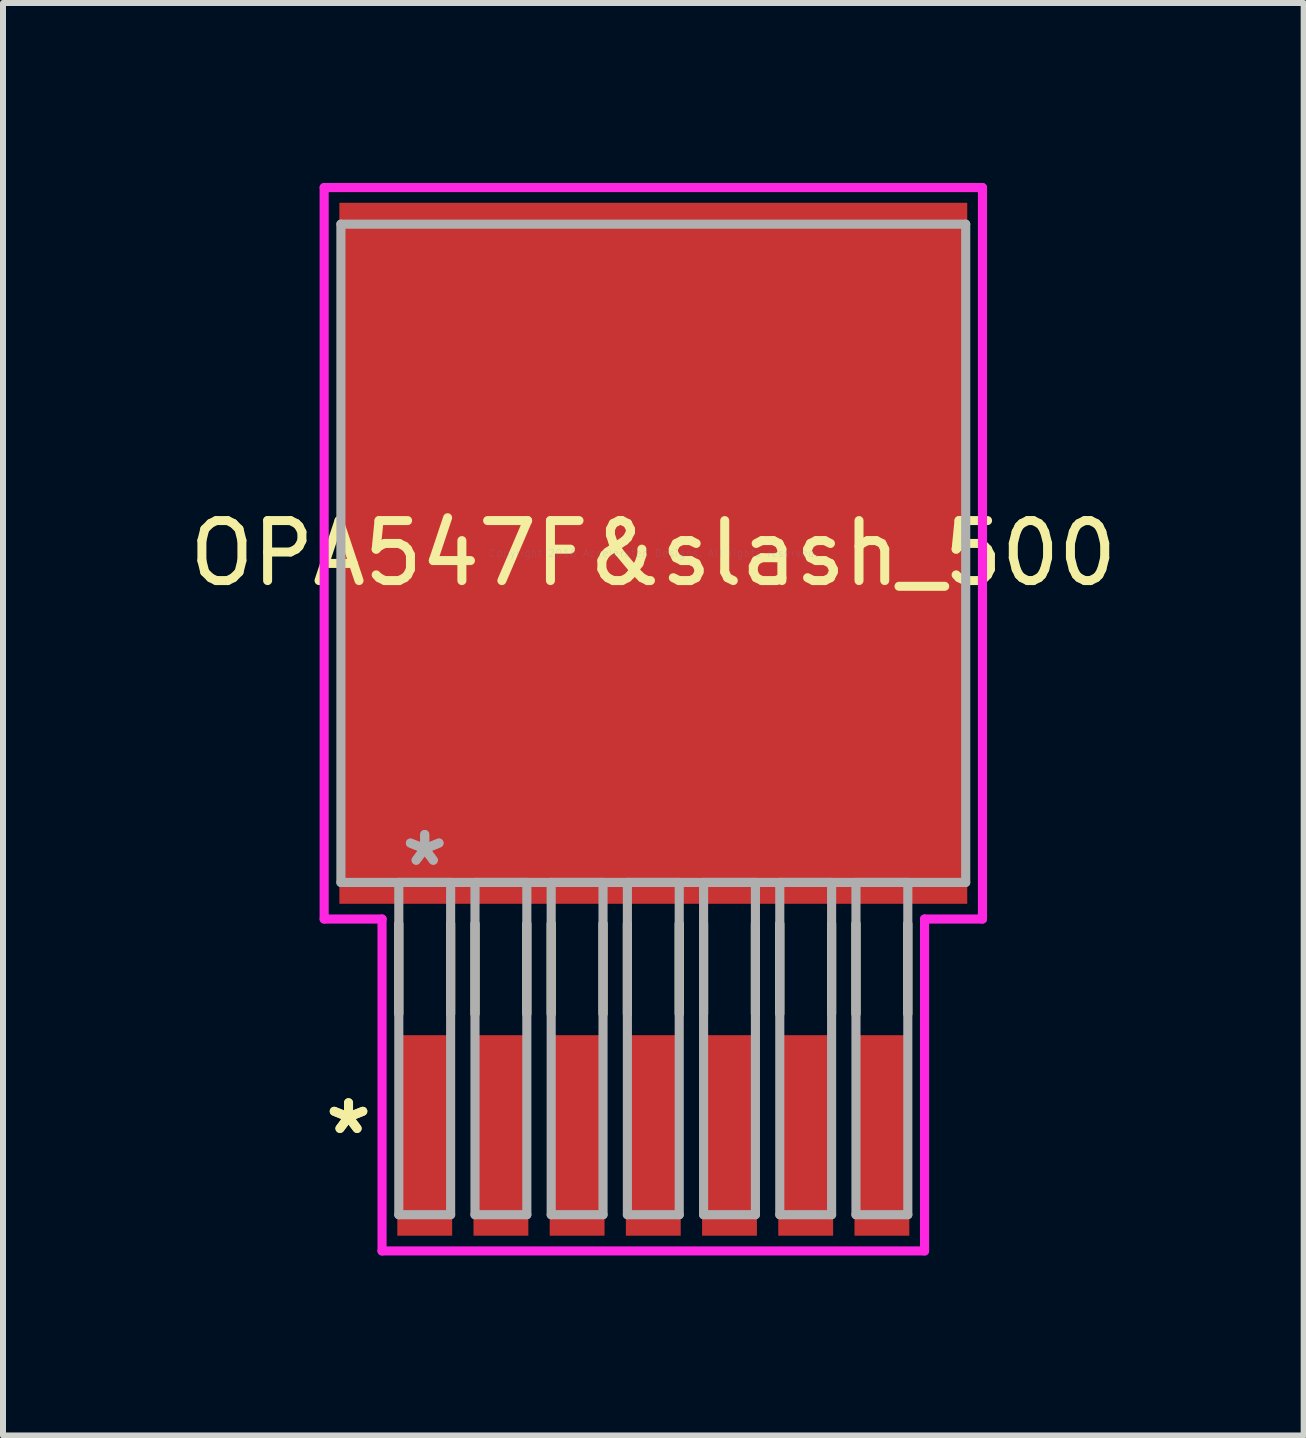
<source format=kicad_pcb>
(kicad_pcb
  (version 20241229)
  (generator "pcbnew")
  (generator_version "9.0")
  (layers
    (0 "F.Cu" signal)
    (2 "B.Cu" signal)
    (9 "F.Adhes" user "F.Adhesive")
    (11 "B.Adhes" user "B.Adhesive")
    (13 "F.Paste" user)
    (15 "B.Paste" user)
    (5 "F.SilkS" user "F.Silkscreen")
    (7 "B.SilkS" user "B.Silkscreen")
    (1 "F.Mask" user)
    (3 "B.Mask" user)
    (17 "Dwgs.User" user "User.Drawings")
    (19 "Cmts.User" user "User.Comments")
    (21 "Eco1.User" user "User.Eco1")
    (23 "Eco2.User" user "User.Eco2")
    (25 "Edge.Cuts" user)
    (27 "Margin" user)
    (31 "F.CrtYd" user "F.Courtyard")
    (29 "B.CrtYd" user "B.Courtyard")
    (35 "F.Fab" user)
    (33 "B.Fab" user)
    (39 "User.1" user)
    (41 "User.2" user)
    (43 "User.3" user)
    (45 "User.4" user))
  (footprint "OPA547F&slash_500"
    (layer "F.Cu")
    (at 7.839 6.172)
    (property "Reference" "OPA547F&slash_500" (at 0 0 0) (layer "F.SilkS") (effects (font (size 1 1) (thickness 0.15))))
    (attr through_hole)
    (fp_line (start -4.242 6.175) (end -4.242 7.676) (stroke (width 0.152) (type solid)) (layer "F.SilkS"))
    (fp_line (start -3.378 6.175) (end -3.378 7.676) (stroke (width 0.152) (type solid)) (layer "F.SilkS"))
    (fp_line (start -2.972 6.175) (end -2.972 7.676) (stroke (width 0.152) (type solid)) (layer "F.SilkS"))
    (fp_line (start -2.108 6.175) (end -2.108 7.676) (stroke (width 0.152) (type solid)) (layer "F.SilkS"))
    (fp_line (start -1.702 6.175) (end -1.702 7.676) (stroke (width 0.152) (type solid)) (layer "F.SilkS"))
    (fp_line (start -0.838 6.175) (end -0.838 7.676) (stroke (width 0.152) (type solid)) (layer "F.SilkS"))
    (fp_line (start -0.432 6.175) (end -0.432 7.676) (stroke (width 0.152) (type solid)) (layer "F.SilkS"))
    (fp_line (start 0.432 6.175) (end 0.432 7.676) (stroke (width 0.152) (type solid)) (layer "F.SilkS"))
    (fp_line (start 0.838 6.175) (end 0.838 7.676) (stroke (width 0.152) (type solid)) (layer "F.SilkS"))
    (fp_line (start 1.702 6.175) (end 1.702 7.676) (stroke (width 0.152) (type solid)) (layer "F.SilkS"))
    (fp_line (start 2.108 6.175) (end 2.108 7.676) (stroke (width 0.152) (type solid)) (layer "F.SilkS"))
    (fp_line (start 2.972 6.175) (end 2.972 7.676) (stroke (width 0.152) (type solid)) (layer "F.SilkS"))
    (fp_line (start 3.378 6.175) (end 3.378 7.676) (stroke (width 0.152) (type solid)) (layer "F.SilkS"))
    (fp_line (start 4.242 6.175) (end 4.242 7.676) (stroke (width 0.152) (type solid)) (layer "F.SilkS"))
    (fp_line (start -5.486 -6.096) (end 5.486 -6.096) (stroke (width 0.152) (type solid)) (layer "F.CrtYd"))
    (fp_line (start -5.486 6.096) (end -5.486 -6.096) (stroke (width 0.152) (type solid)) (layer "F.CrtYd"))
    (fp_line (start -4.521 6.096) (end -5.486 6.096) (stroke (width 0.152) (type solid)) (layer "F.CrtYd"))
    (fp_line (start -4.521 11.628) (end -4.521 6.096) (stroke (width 0.152) (type solid)) (layer "F.CrtYd"))
    (fp_line (start 4.521 6.096) (end 4.521 11.628) (stroke (width 0.152) (type solid)) (layer "F.CrtYd"))
    (fp_line (start 4.521 11.628) (end -4.521 11.628) (stroke (width 0.152) (type solid)) (layer "F.CrtYd"))
    (fp_line (start 5.486 -6.096) (end 5.486 6.096) (stroke (width 0.152) (type solid)) (layer "F.CrtYd"))
    (fp_line (start 5.486 6.096) (end 4.521 6.096) (stroke (width 0.152) (type solid)) (layer "F.CrtYd"))
    (fp_line (start -5.207 -5.486) (end -5.207 5.486) (stroke (width 0.152) (type solid)) (layer "F.Fab"))
    (fp_line (start -5.207 5.486) (end 5.207 5.486) (stroke (width 0.152) (type solid)) (layer "F.Fab"))
    (fp_line (start -4.242 5.486) (end -4.242 11.024) (stroke (width 0.152) (type solid)) (layer "F.Fab"))
    (fp_line (start -4.242 11.024) (end -3.378 11.024) (stroke (width 0.152) (type solid)) (layer "F.Fab"))
    (fp_line (start -3.378 5.486) (end -4.242 5.486) (stroke (width 0.152) (type solid)) (layer "F.Fab"))
    (fp_line (start -3.378 11.024) (end -3.378 5.486) (stroke (width 0.152) (type solid)) (layer "F.Fab"))
    (fp_line (start -2.972 5.486) (end -2.972 11.024) (stroke (width 0.152) (type solid)) (layer "F.Fab"))
    (fp_line (start -2.972 11.024) (end -2.108 11.024) (stroke (width 0.152) (type solid)) (layer "F.Fab"))
    (fp_line (start -2.108 5.486) (end -2.972 5.486) (stroke (width 0.152) (type solid)) (layer "F.Fab"))
    (fp_line (start -2.108 11.024) (end -2.108 5.486) (stroke (width 0.152) (type solid)) (layer "F.Fab"))
    (fp_line (start -1.702 5.486) (end -1.702 11.024) (stroke (width 0.152) (type solid)) (layer "F.Fab"))
    (fp_line (start -1.702 11.024) (end -0.838 11.024) (stroke (width 0.152) (type solid)) (layer "F.Fab"))
    (fp_line (start -0.838 5.486) (end -1.702 5.486) (stroke (width 0.152) (type solid)) (layer "F.Fab"))
    (fp_line (start -0.838 11.024) (end -0.838 5.486) (stroke (width 0.152) (type solid)) (layer "F.Fab"))
    (fp_line (start -0.432 5.486) (end -0.432 11.024) (stroke (width 0.152) (type solid)) (layer "F.Fab"))
    (fp_line (start -0.432 11.024) (end 0.432 11.024) (stroke (width 0.152) (type solid)) (layer "F.Fab"))
    (fp_line (start 0.432 5.486) (end -0.432 5.486) (stroke (width 0.152) (type solid)) (layer "F.Fab"))
    (fp_line (start 0.432 11.024) (end 0.432 5.486) (stroke (width 0.152) (type solid)) (layer "F.Fab"))
    (fp_line (start 0.838 5.486) (end 0.838 11.024) (stroke (width 0.152) (type solid)) (layer "F.Fab"))
    (fp_line (start 0.838 11.024) (end 1.702 11.024) (stroke (width 0.152) (type solid)) (layer "F.Fab"))
    (fp_line (start 1.702 5.486) (end 0.838 5.486) (stroke (width 0.152) (type solid)) (layer "F.Fab"))
    (fp_line (start 1.702 11.024) (end 1.702 5.486) (stroke (width 0.152) (type solid)) (layer "F.Fab"))
    (fp_line (start 2.108 5.486) (end 2.108 11.024) (stroke (width 0.152) (type solid)) (layer "F.Fab"))
    (fp_line (start 2.108 11.024) (end 2.972 11.024) (stroke (width 0.152) (type solid)) (layer "F.Fab"))
    (fp_line (start 2.972 5.486) (end 2.108 5.486) (stroke (width 0.152) (type solid)) (layer "F.Fab"))
    (fp_line (start 2.972 11.024) (end 2.972 5.486) (stroke (width 0.152) (type solid)) (layer "F.Fab"))
    (fp_line (start 3.378 5.486) (end 3.378 11.024) (stroke (width 0.152) (type solid)) (layer "F.Fab"))
    (fp_line (start 3.378 11.024) (end 4.242 11.024) (stroke (width 0.152) (type solid)) (layer "F.Fab"))
    (fp_line (start 4.242 5.486) (end 3.378 5.486) (stroke (width 0.152) (type solid)) (layer "F.Fab"))
    (fp_line (start 4.242 11.024) (end 4.242 5.486) (stroke (width 0.152) (type solid)) (layer "F.Fab"))
    (fp_line (start 5.207 -5.486) (end -5.207 -5.486) (stroke (width 0.152) (type solid)) (layer "F.Fab"))
    (fp_line (start 5.207 5.486) (end 5.207 -5.486) (stroke (width 0.152) (type solid)) (layer "F.Fab"))
    (fp_text user "*" (at -5.08 9.703 0) (layer "F.SilkS") (effects (font (size 1 1) (thickness 0.15))))
    (fp_text user "*" (at -5.08 9.703 0) (layer "F.SilkS") (effects (font (size 1 1) (thickness 0.15))))
    (fp_text user "Copyright 2016 Accelerated Designs. All rights reserved." (at 0 0 0) (layer "Cmts.User") (effects (font (size 0.127 0.127) (thickness 0.002))))
    (fp_text user "*" (at -3.81 5.232 0) (layer "F.Fab") (effects (font (size 1 1) (thickness 0.15))))
    (fp_text user "*" (at -3.81 5.232 0) (layer "F.Fab") (effects (font (size 1 1) (thickness 0.15))))
    (pad "1" smd rect (at -3.81 9.703) (size 0.914 3.342) (layers "F.Cu" "F.Mask" "F.Paste"))
    (pad "2" smd rect (at -2.54 9.703) (size 0.914 3.342) (layers "F.Cu" "F.Mask" "F.Paste"))
    (pad "3" smd rect (at -1.27 9.703) (size 0.914 3.342) (layers "F.Cu" "F.Mask" "F.Paste"))
    (pad "4" smd rect (at 0 9.703) (size 0.914 3.342) (layers "F.Cu" "F.Mask" "F.Paste"))
    (pad "5" smd rect (at 1.27 9.703) (size 0.914 3.342) (layers "F.Cu" "F.Mask" "F.Paste"))
    (pad "6" smd rect (at 2.54 9.703) (size 0.914 3.342) (layers "F.Cu" "F.Mask" "F.Paste"))
    (pad "7" smd rect (at 3.81 9.703) (size 0.914 3.342) (layers "F.Cu" "F.Mask" "F.Paste"))
    (pad "8" smd rect (at 0 0) (size 10.465 11.684) (layers "F.Cu" "F.Mask" "F.Paste")))
  (gr_rect
    (start -3 -3)
    (end 18.679 20.876)
    (stroke (width 0.1) (type default))
    (fill no)
    (layer "Edge.Cuts")))
</source>
